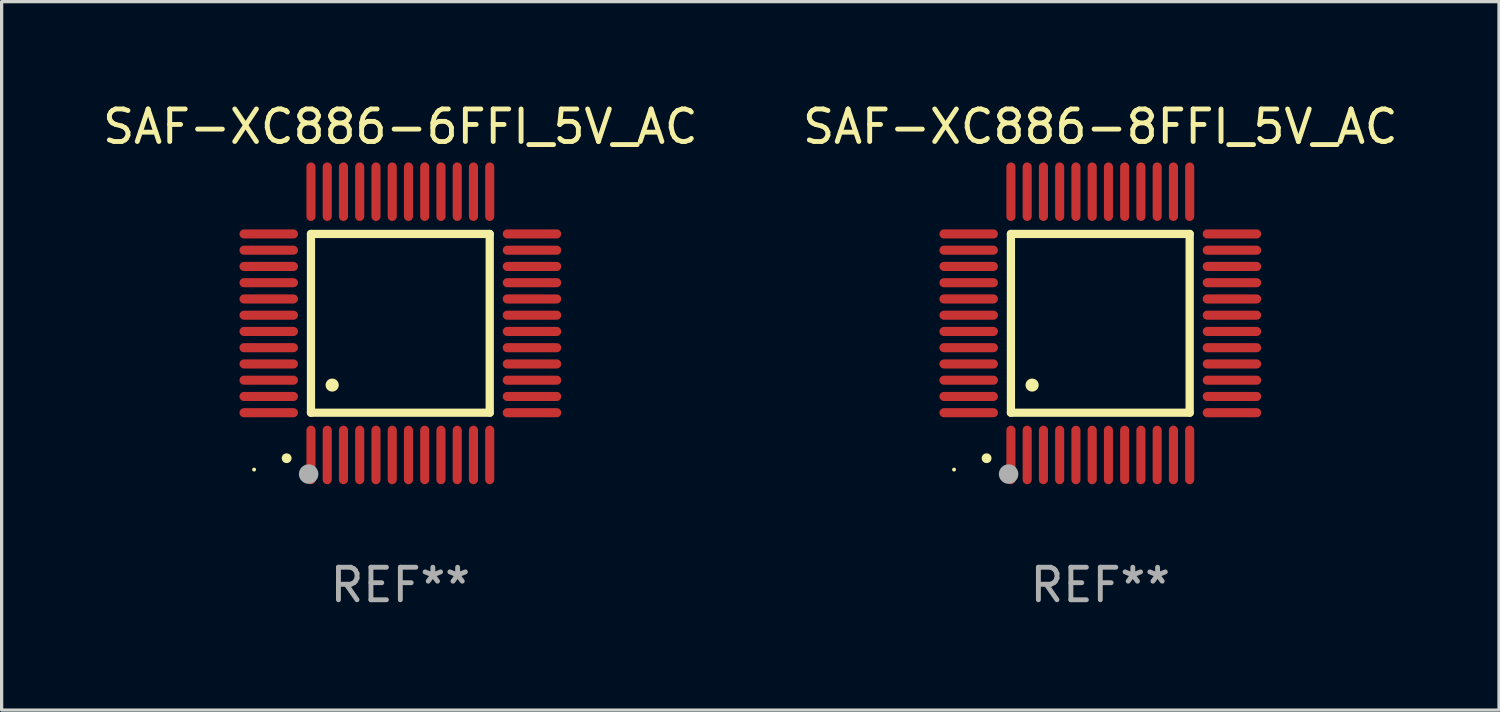
<source format=kicad_pcb>
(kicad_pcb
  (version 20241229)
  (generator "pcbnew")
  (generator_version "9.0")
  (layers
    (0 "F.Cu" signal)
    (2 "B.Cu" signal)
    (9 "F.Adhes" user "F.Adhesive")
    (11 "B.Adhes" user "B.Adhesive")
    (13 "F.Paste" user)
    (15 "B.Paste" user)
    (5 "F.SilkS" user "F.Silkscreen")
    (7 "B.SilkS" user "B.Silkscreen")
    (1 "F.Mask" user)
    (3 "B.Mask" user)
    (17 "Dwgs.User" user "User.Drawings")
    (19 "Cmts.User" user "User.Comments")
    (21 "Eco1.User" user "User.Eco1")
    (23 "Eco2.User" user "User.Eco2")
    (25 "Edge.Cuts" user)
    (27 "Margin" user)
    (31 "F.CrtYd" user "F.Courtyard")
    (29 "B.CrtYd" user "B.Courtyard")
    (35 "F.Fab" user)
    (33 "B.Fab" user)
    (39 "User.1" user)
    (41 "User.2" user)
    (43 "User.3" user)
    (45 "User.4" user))
  (footprint "SAF-XC886-6FFI_5V_AC"
    (layer "F.Cu")
    (at 9.268 6.898)
    (property "Reference" "SAF-XC886-6FFI_5V_AC" (at 0 -6.05 0) (layer "F.SilkS") (effects (font (size 1 1) (thickness 0.15))))
    (attr through_hole)
    (fp_line (start -2.75 -2.75) (end 2.75 -2.75) (stroke (width 0.254) (type solid)) (layer "F.SilkS"))
    (fp_line (start -2.75 2.75) (end -2.75 -2.75) (stroke (width 0.254) (type solid)) (layer "F.SilkS"))
    (fp_line (start 2.75 -2.75) (end 2.75 2.75) (stroke (width 0.254) (type solid)) (layer "F.SilkS"))
    (fp_line (start 2.75 2.75) (end -2.75 2.75) (stroke (width 0.254) (type solid)) (layer "F.SilkS"))
    (fp_arc (start -3.500127 4.150368) (mid -3.498857 4.150363) (end -3.497587 4.150368) (stroke (width 0.3) (type solid)) (layer "F.SilkS"))
    (fp_arc (start -2.100584 1.899924) (mid -2.098044 1.899908) (end -2.095504 1.899924) (stroke (width 0.4) (type solid)) (layer "F.SilkS"))
    (fp_circle (center -4.5 4.5) (end -4.47 4.5) (stroke (width 0.06) (type solid)) (fill no) (layer "F.SilkS"))
    (fp_circle (center -2.822 4.638) (end -2.672 4.638) (stroke (width 0.3) (type solid)) (fill no) (layer "F.Fab"))
    (fp_text user "REF**" (at 0 8.05 0) (layer "F.Fab") (effects (font (size 1 1) (thickness 0.15))))
    (pad "1" smd oval (at -2.75 4.05) (size 0.28 1.8) (layers "F.Cu" "F.Mask" "F.Paste"))
    (pad "2" smd oval (at -2.25 4.05) (size 0.28 1.8) (layers "F.Cu" "F.Mask" "F.Paste"))
    (pad "3" smd oval (at -1.75 4.05) (size 0.28 1.8) (layers "F.Cu" "F.Mask" "F.Paste"))
    (pad "4" smd oval (at -1.25 4.05) (size 0.28 1.8) (layers "F.Cu" "F.Mask" "F.Paste"))
    (pad "5" smd oval (at -0.75 4.05) (size 0.28 1.8) (layers "F.Cu" "F.Mask" "F.Paste"))
    (pad "6" smd oval (at -0.25 4.05) (size 0.28 1.8) (layers "F.Cu" "F.Mask" "F.Paste"))
    (pad "7" smd oval (at 0.25 4.05) (size 0.28 1.8) (layers "F.Cu" "F.Mask" "F.Paste"))
    (pad "8" smd oval (at 0.75 4.05) (size 0.28 1.8) (layers "F.Cu" "F.Mask" "F.Paste"))
    (pad "9" smd oval (at 1.25 4.05) (size 0.28 1.8) (layers "F.Cu" "F.Mask" "F.Paste"))
    (pad "10" smd oval (at 1.75 4.05) (size 0.28 1.8) (layers "F.Cu" "F.Mask" "F.Paste"))
    (pad "11" smd oval (at 2.25 4.05) (size 0.28 1.8) (layers "F.Cu" "F.Mask" "F.Paste"))
    (pad "12" smd oval (at 2.75 4.05) (size 0.28 1.8) (layers "F.Cu" "F.Mask" "F.Paste"))
    (pad "13" smd oval (at 4.05 2.75) (size 1.8 0.28) (layers "F.Cu" "F.Mask" "F.Paste"))
    (pad "14" smd oval (at 4.05 2.25) (size 1.8 0.28) (layers "F.Cu" "F.Mask" "F.Paste"))
    (pad "15" smd oval (at 4.05 1.75) (size 1.8 0.28) (layers "F.Cu" "F.Mask" "F.Paste"))
    (pad "16" smd oval (at 4.05 1.25) (size 1.8 0.28) (layers "F.Cu" "F.Mask" "F.Paste"))
    (pad "17" smd oval (at 4.05 0.75) (size 1.8 0.28) (layers "F.Cu" "F.Mask" "F.Paste"))
    (pad "18" smd oval (at 4.05 0.25) (size 1.8 0.28) (layers "F.Cu" "F.Mask" "F.Paste"))
    (pad "19" smd oval (at 4.05 -0.25) (size 1.8 0.28) (layers "F.Cu" "F.Mask" "F.Paste"))
    (pad "20" smd oval (at 4.05 -0.75) (size 1.8 0.28) (layers "F.Cu" "F.Mask" "F.Paste"))
    (pad "21" smd oval (at 4.05 -1.25) (size 1.8 0.28) (layers "F.Cu" "F.Mask" "F.Paste"))
    (pad "22" smd oval (at 4.05 -1.75) (size 1.8 0.28) (layers "F.Cu" "F.Mask" "F.Paste"))
    (pad "23" smd oval (at 4.05 -2.25) (size 1.8 0.28) (layers "F.Cu" "F.Mask" "F.Paste"))
    (pad "24" smd oval (at 4.05 -2.75) (size 1.8 0.28) (layers "F.Cu" "F.Mask" "F.Paste"))
    (pad "25" smd oval (at 2.75 -4.05) (size 0.28 1.8) (layers "F.Cu" "F.Mask" "F.Paste"))
    (pad "26" smd oval (at 2.25 -4.05) (size 0.28 1.8) (layers "F.Cu" "F.Mask" "F.Paste"))
    (pad "27" smd oval (at 1.75 -4.05) (size 0.28 1.8) (layers "F.Cu" "F.Mask" "F.Paste"))
    (pad "28" smd oval (at 1.25 -4.05) (size 0.28 1.8) (layers "F.Cu" "F.Mask" "F.Paste"))
    (pad "29" smd oval (at 0.75 -4.05) (size 0.28 1.8) (layers "F.Cu" "F.Mask" "F.Paste"))
    (pad "30" smd oval (at 0.25 -4.05) (size 0.28 1.8) (layers "F.Cu" "F.Mask" "F.Paste"))
    (pad "31" smd oval (at -0.25 -4.05) (size 0.28 1.8) (layers "F.Cu" "F.Mask" "F.Paste"))
    (pad "32" smd oval (at -0.75 -4.05) (size 0.28 1.8) (layers "F.Cu" "F.Mask" "F.Paste"))
    (pad "33" smd oval (at -1.25 -4.05) (size 0.28 1.8) (layers "F.Cu" "F.Mask" "F.Paste"))
    (pad "34" smd oval (at -1.75 -4.05) (size 0.28 1.8) (layers "F.Cu" "F.Mask" "F.Paste"))
    (pad "35" smd oval (at -2.25 -4.05) (size 0.28 1.8) (layers "F.Cu" "F.Mask" "F.Paste"))
    (pad "36" smd oval (at -2.75 -4.05) (size 0.28 1.8) (layers "F.Cu" "F.Mask" "F.Paste"))
    (pad "37" smd oval (at -4.05 -2.75) (size 1.8 0.28) (layers "F.Cu" "F.Mask" "F.Paste"))
    (pad "38" smd oval (at -4.05 -2.25) (size 1.8 0.28) (layers "F.Cu" "F.Mask" "F.Paste"))
    (pad "39" smd oval (at -4.05 -1.75) (size 1.8 0.28) (layers "F.Cu" "F.Mask" "F.Paste"))
    (pad "40" smd oval (at -4.05 -1.25) (size 1.8 0.28) (layers "F.Cu" "F.Mask" "F.Paste"))
    (pad "41" smd oval (at -4.05 -0.75) (size 1.8 0.28) (layers "F.Cu" "F.Mask" "F.Paste"))
    (pad "42" smd oval (at -4.05 -0.25) (size 1.8 0.28) (layers "F.Cu" "F.Mask" "F.Paste"))
    (pad "43" smd oval (at -4.05 0.25) (size 1.8 0.28) (layers "F.Cu" "F.Mask" "F.Paste"))
    (pad "44" smd oval (at -4.05 0.75) (size 1.8 0.28) (layers "F.Cu" "F.Mask" "F.Paste"))
    (pad "45" smd oval (at -4.05 1.25) (size 1.8 0.28) (layers "F.Cu" "F.Mask" "F.Paste"))
    (pad "46" smd oval (at -4.05 1.75) (size 1.8 0.28) (layers "F.Cu" "F.Mask" "F.Paste"))
    (pad "47" smd oval (at -4.05 2.25) (size 1.8 0.28) (layers "F.Cu" "F.Mask" "F.Paste"))
    (pad "48" smd oval (at -4.05 2.75) (size 1.8 0.28) (layers "F.Cu" "F.Mask" "F.Paste")))
  (footprint "SAF-XC886-8FFI_5V_AC"
    (layer "F.Cu")
    (at 30.804 6.898)
    (property "Reference" "SAF-XC886-8FFI_5V_AC" (at 0 -6.05 0) (layer "F.SilkS") (effects (font (size 1 1) (thickness 0.15))))
    (attr through_hole)
    (fp_line (start -2.75 -2.75) (end 2.75 -2.75) (stroke (width 0.254) (type solid)) (layer "F.SilkS"))
    (fp_line (start -2.75 2.75) (end -2.75 -2.75) (stroke (width 0.254) (type solid)) (layer "F.SilkS"))
    (fp_line (start 2.75 -2.75) (end 2.75 2.75) (stroke (width 0.254) (type solid)) (layer "F.SilkS"))
    (fp_line (start 2.75 2.75) (end -2.75 2.75) (stroke (width 0.254) (type solid)) (layer "F.SilkS"))
    (fp_arc (start -3.500127 4.150368) (mid -3.498857 4.150363) (end -3.497587 4.150368) (stroke (width 0.3) (type solid)) (layer "F.SilkS"))
    (fp_arc (start -2.100584 1.899924) (mid -2.098044 1.899908) (end -2.095504 1.899924) (stroke (width 0.4) (type solid)) (layer "F.SilkS"))
    (fp_circle (center -4.5 4.5) (end -4.47 4.5) (stroke (width 0.06) (type solid)) (fill no) (layer "F.SilkS"))
    (fp_circle (center -2.822 4.638) (end -2.672 4.638) (stroke (width 0.3) (type solid)) (fill no) (layer "F.Fab"))
    (fp_text user "REF**" (at 0 8.05 0) (layer "F.Fab") (effects (font (size 1 1) (thickness 0.15))))
    (pad "1" smd oval (at -2.75 4.05) (size 0.28 1.8) (layers "F.Cu" "F.Mask" "F.Paste"))
    (pad "2" smd oval (at -2.25 4.05) (size 0.28 1.8) (layers "F.Cu" "F.Mask" "F.Paste"))
    (pad "3" smd oval (at -1.75 4.05) (size 0.28 1.8) (layers "F.Cu" "F.Mask" "F.Paste"))
    (pad "4" smd oval (at -1.25 4.05) (size 0.28 1.8) (layers "F.Cu" "F.Mask" "F.Paste"))
    (pad "5" smd oval (at -0.75 4.05) (size 0.28 1.8) (layers "F.Cu" "F.Mask" "F.Paste"))
    (pad "6" smd oval (at -0.25 4.05) (size 0.28 1.8) (layers "F.Cu" "F.Mask" "F.Paste"))
    (pad "7" smd oval (at 0.25 4.05) (size 0.28 1.8) (layers "F.Cu" "F.Mask" "F.Paste"))
    (pad "8" smd oval (at 0.75 4.05) (size 0.28 1.8) (layers "F.Cu" "F.Mask" "F.Paste"))
    (pad "9" smd oval (at 1.25 4.05) (size 0.28 1.8) (layers "F.Cu" "F.Mask" "F.Paste"))
    (pad "10" smd oval (at 1.75 4.05) (size 0.28 1.8) (layers "F.Cu" "F.Mask" "F.Paste"))
    (pad "11" smd oval (at 2.25 4.05) (size 0.28 1.8) (layers "F.Cu" "F.Mask" "F.Paste"))
    (pad "12" smd oval (at 2.75 4.05) (size 0.28 1.8) (layers "F.Cu" "F.Mask" "F.Paste"))
    (pad "13" smd oval (at 4.05 2.75) (size 1.8 0.28) (layers "F.Cu" "F.Mask" "F.Paste"))
    (pad "14" smd oval (at 4.05 2.25) (size 1.8 0.28) (layers "F.Cu" "F.Mask" "F.Paste"))
    (pad "15" smd oval (at 4.05 1.75) (size 1.8 0.28) (layers "F.Cu" "F.Mask" "F.Paste"))
    (pad "16" smd oval (at 4.05 1.25) (size 1.8 0.28) (layers "F.Cu" "F.Mask" "F.Paste"))
    (pad "17" smd oval (at 4.05 0.75) (size 1.8 0.28) (layers "F.Cu" "F.Mask" "F.Paste"))
    (pad "18" smd oval (at 4.05 0.25) (size 1.8 0.28) (layers "F.Cu" "F.Mask" "F.Paste"))
    (pad "19" smd oval (at 4.05 -0.25) (size 1.8 0.28) (layers "F.Cu" "F.Mask" "F.Paste"))
    (pad "20" smd oval (at 4.05 -0.75) (size 1.8 0.28) (layers "F.Cu" "F.Mask" "F.Paste"))
    (pad "21" smd oval (at 4.05 -1.25) (size 1.8 0.28) (layers "F.Cu" "F.Mask" "F.Paste"))
    (pad "22" smd oval (at 4.05 -1.75) (size 1.8 0.28) (layers "F.Cu" "F.Mask" "F.Paste"))
    (pad "23" smd oval (at 4.05 -2.25) (size 1.8 0.28) (layers "F.Cu" "F.Mask" "F.Paste"))
    (pad "24" smd oval (at 4.05 -2.75) (size 1.8 0.28) (layers "F.Cu" "F.Mask" "F.Paste"))
    (pad "25" smd oval (at 2.75 -4.05) (size 0.28 1.8) (layers "F.Cu" "F.Mask" "F.Paste"))
    (pad "26" smd oval (at 2.25 -4.05) (size 0.28 1.8) (layers "F.Cu" "F.Mask" "F.Paste"))
    (pad "27" smd oval (at 1.75 -4.05) (size 0.28 1.8) (layers "F.Cu" "F.Mask" "F.Paste"))
    (pad "28" smd oval (at 1.25 -4.05) (size 0.28 1.8) (layers "F.Cu" "F.Mask" "F.Paste"))
    (pad "29" smd oval (at 0.75 -4.05) (size 0.28 1.8) (layers "F.Cu" "F.Mask" "F.Paste"))
    (pad "30" smd oval (at 0.25 -4.05) (size 0.28 1.8) (layers "F.Cu" "F.Mask" "F.Paste"))
    (pad "31" smd oval (at -0.25 -4.05) (size 0.28 1.8) (layers "F.Cu" "F.Mask" "F.Paste"))
    (pad "32" smd oval (at -0.75 -4.05) (size 0.28 1.8) (layers "F.Cu" "F.Mask" "F.Paste"))
    (pad "33" smd oval (at -1.25 -4.05) (size 0.28 1.8) (layers "F.Cu" "F.Mask" "F.Paste"))
    (pad "34" smd oval (at -1.75 -4.05) (size 0.28 1.8) (layers "F.Cu" "F.Mask" "F.Paste"))
    (pad "35" smd oval (at -2.25 -4.05) (size 0.28 1.8) (layers "F.Cu" "F.Mask" "F.Paste"))
    (pad "36" smd oval (at -2.75 -4.05) (size 0.28 1.8) (layers "F.Cu" "F.Mask" "F.Paste"))
    (pad "37" smd oval (at -4.05 -2.75) (size 1.8 0.28) (layers "F.Cu" "F.Mask" "F.Paste"))
    (pad "38" smd oval (at -4.05 -2.25) (size 1.8 0.28) (layers "F.Cu" "F.Mask" "F.Paste"))
    (pad "39" smd oval (at -4.05 -1.75) (size 1.8 0.28) (layers "F.Cu" "F.Mask" "F.Paste"))
    (pad "40" smd oval (at -4.05 -1.25) (size 1.8 0.28) (layers "F.Cu" "F.Mask" "F.Paste"))
    (pad "41" smd oval (at -4.05 -0.75) (size 1.8 0.28) (layers "F.Cu" "F.Mask" "F.Paste"))
    (pad "42" smd oval (at -4.05 -0.25) (size 1.8 0.28) (layers "F.Cu" "F.Mask" "F.Paste"))
    (pad "43" smd oval (at -4.05 0.25) (size 1.8 0.28) (layers "F.Cu" "F.Mask" "F.Paste"))
    (pad "44" smd oval (at -4.05 0.75) (size 1.8 0.28) (layers "F.Cu" "F.Mask" "F.Paste"))
    (pad "45" smd oval (at -4.05 1.25) (size 1.8 0.28) (layers "F.Cu" "F.Mask" "F.Paste"))
    (pad "46" smd oval (at -4.05 1.75) (size 1.8 0.28) (layers "F.Cu" "F.Mask" "F.Paste"))
    (pad "47" smd oval (at -4.05 2.25) (size 1.8 0.28) (layers "F.Cu" "F.Mask" "F.Paste"))
    (pad "48" smd oval (at -4.05 2.75) (size 1.8 0.28) (layers "F.Cu" "F.Mask" "F.Paste")))
  (gr_rect
    (start -3 -3)
    (end 43.071 18.797)
    (stroke (width 0.1) (type default))
    (fill no)
    (layer "Edge.Cuts")))
</source>
